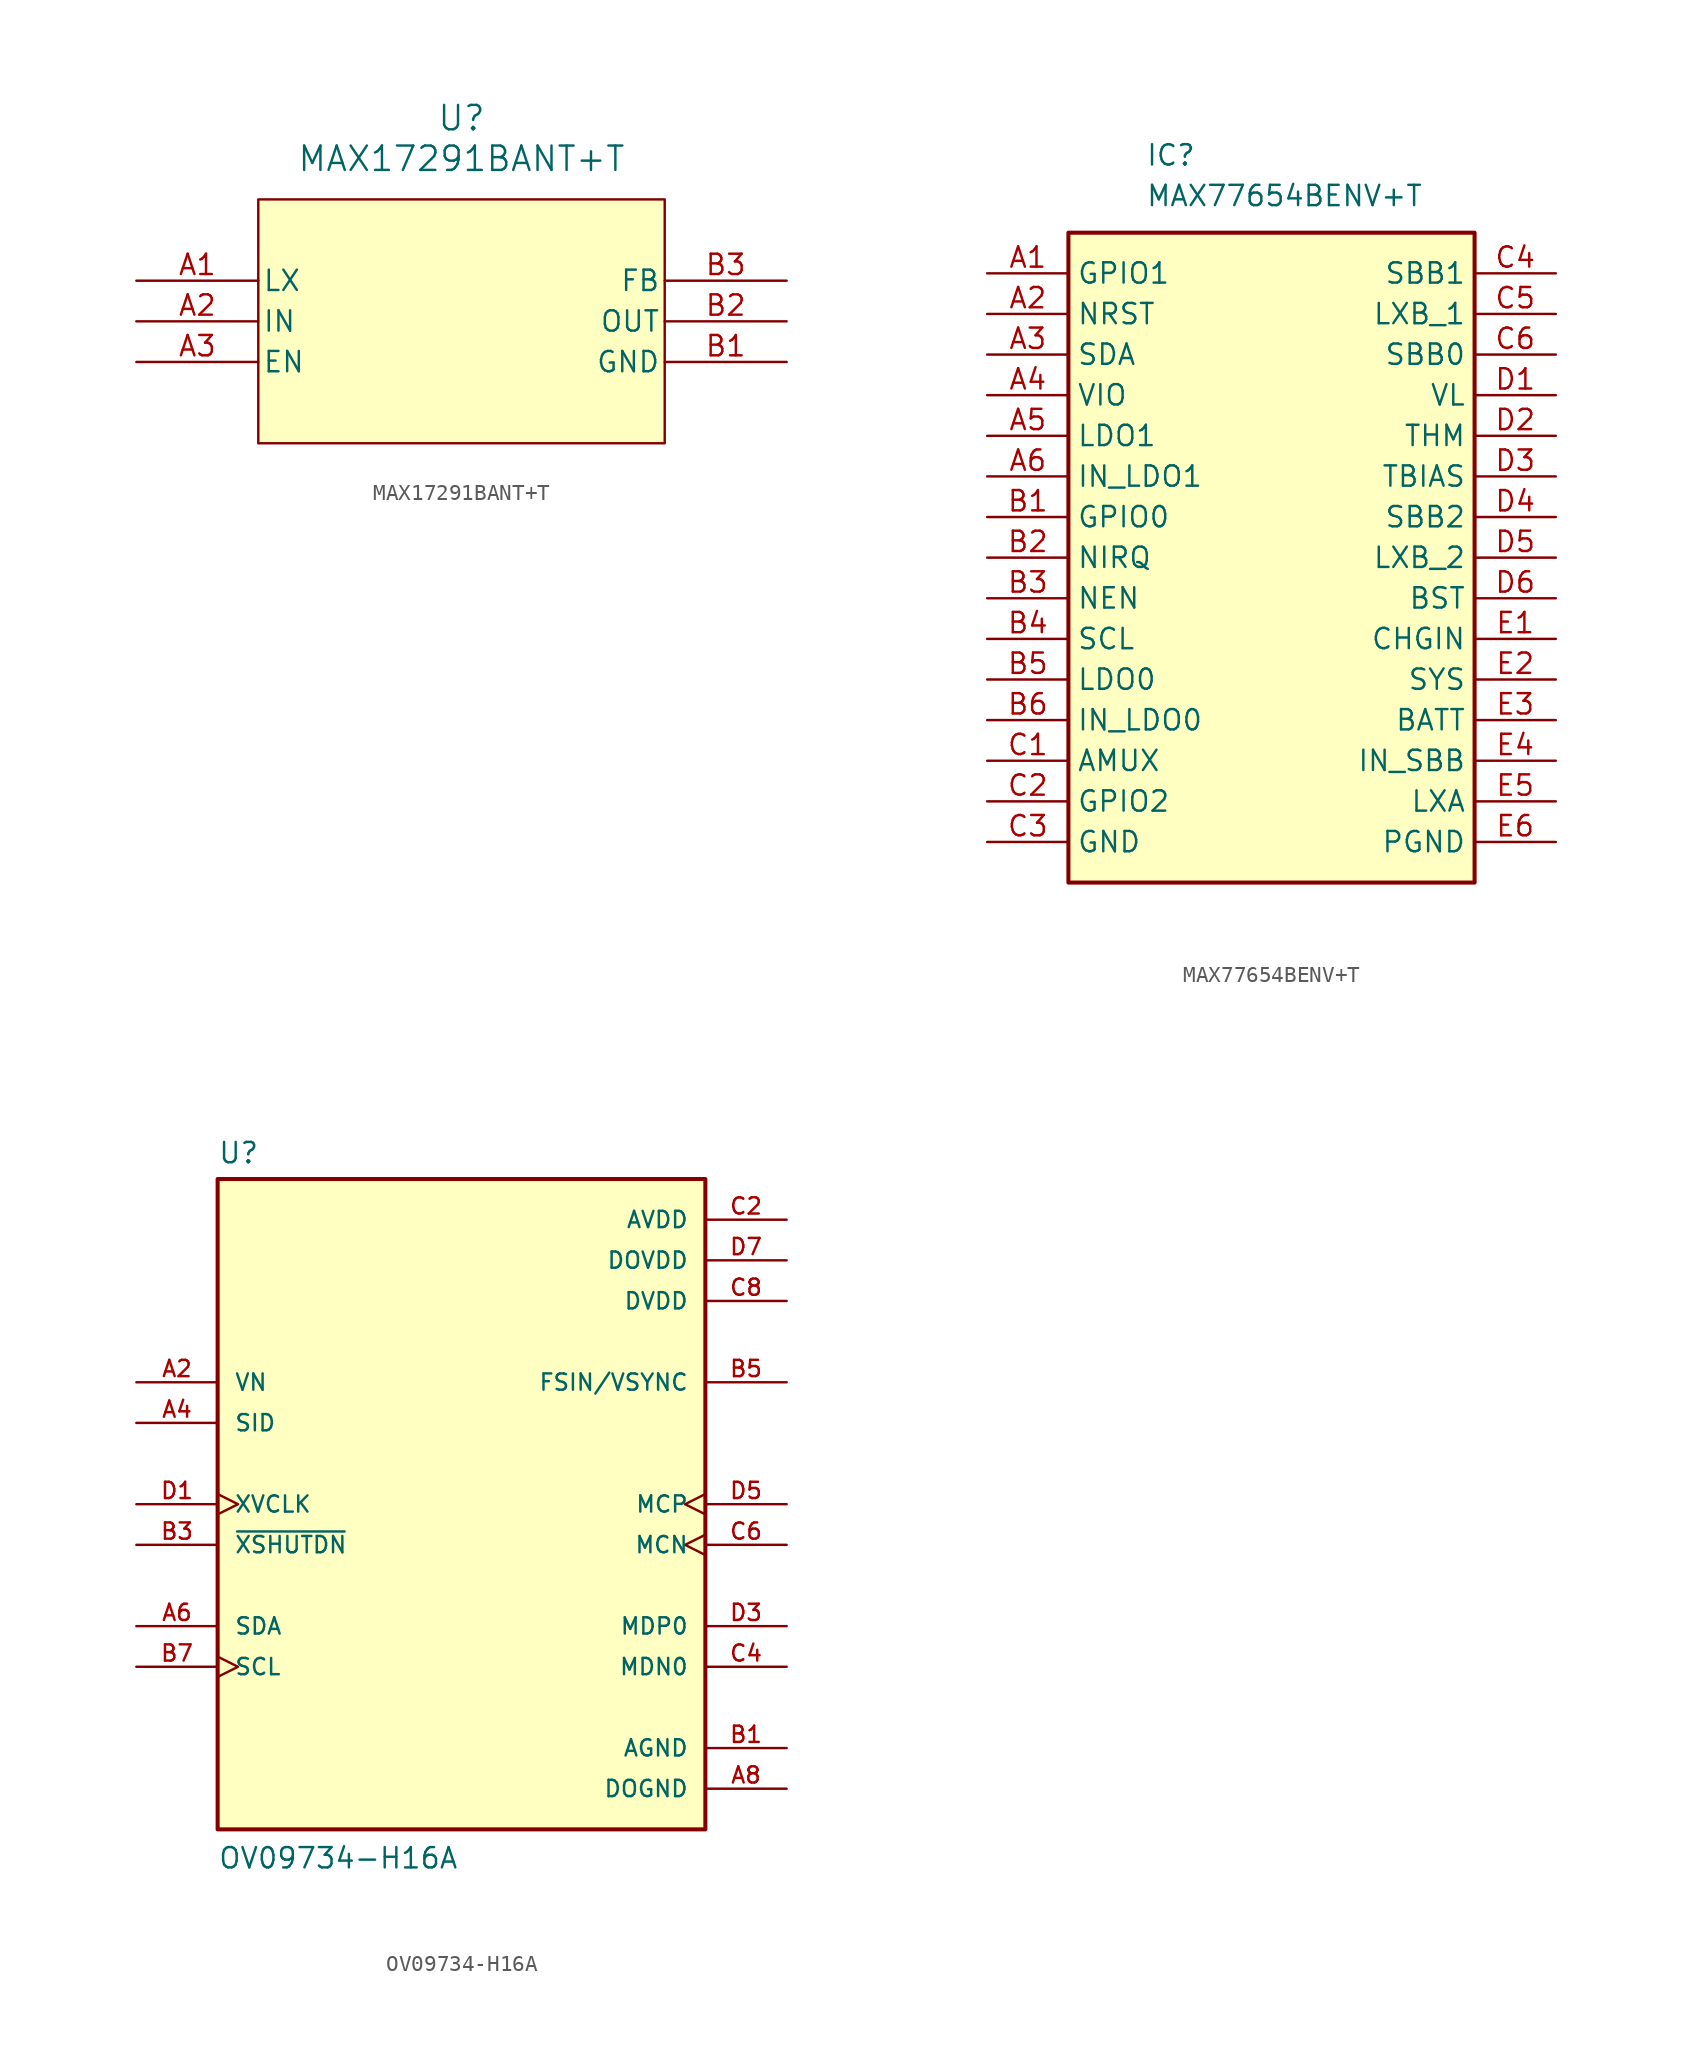
<source format=kicad_sym>
(kicad_symbol_lib
  (version 20231120)
  (generator "kicad_symbol_editor")
  (generator_version "8.0")
  (symbol "MAX17291BANT+T"
    (pin_names
      (offset 0.254))
    (property "Reference" "U"
      (at 20.32 10.16 0)
      (effects (font (size 1.524 1.524))))
    (property "Value" "MAX17291BANT+T"
      (at 20.32 7.62 0)
      (effects (font (size 1.524 1.524))))
    (symbol "MAX17291BANT+T_0_1"
      (pin unspecified line (at 0 0 0) (length 7.62) (name "LX" (effects (font (size 1.27 1.27)))) (number "A1" (effects (font (size 1.27 1.27)))))
      (pin input line (at 0 -2.54 0) (length 7.62) (name "IN" (effects (font (size 1.27 1.27)))) (number "A2" (effects (font (size 1.27 1.27)))))
      (pin input line (at 0 -5.08 0) (length 7.62) (name "EN" (effects (font (size 1.27 1.27)))) (number "A3" (effects (font (size 1.27 1.27)))))
      (pin power_in line (at 40.64 -5.08 180) (length 7.62) (name "GND" (effects (font (size 1.27 1.27)))) (number "B1" (effects (font (size 1.27 1.27)))))
      (pin output line (at 40.64 -2.54 180) (length 7.62) (name "OUT" (effects (font (size 1.27 1.27)))) (number "B2" (effects (font (size 1.27 1.27)))))
      (pin unspecified line (at 40.64 0 180) (length 7.62) (name "FB" (effects (font (size 1.27 1.27)))) (number "B3" (effects (font (size 1.27 1.27))))))
    (symbol "MAX17291BANT+T_1_1"
      (rectangle (start 7.62 5.08) (end 33.02 -10.16) (stroke (width 0) (type default)) (fill (type background)))))
  (symbol "MAX77654BENV+T"
    (property "Reference" "IC"
      (at 9.906 8.128 0)
      (effects (font (size 1.27 1.27)) (justify left top)))
    (property "Value" "MAX77654BENV+T"
      (at 9.906 5.588 0)
      (effects (font (size 1.27 1.27)) (justify left top)))
    (symbol "MAX77654BENV+T_1_1"
      (rectangle (start 5.08 2.54) (end 30.48 -38.1) (stroke (width 0.254) (type default)) (fill (type background)))
      (pin passive line (at 0 0 0) (length 5.08) (name "GPIO1" (effects (font (size 1.27 1.27)))) (number "A1" (effects (font (size 1.27 1.27)))))
      (pin passive line (at 0 -2.54 0) (length 5.08) (name "NRST" (effects (font (size 1.27 1.27)))) (number "A2" (effects (font (size 1.27 1.27)))))
      (pin passive line (at 0 -5.08 0) (length 5.08) (name "SDA" (effects (font (size 1.27 1.27)))) (number "A3" (effects (font (size 1.27 1.27)))))
      (pin passive line (at 0 -7.62 0) (length 5.08) (name "VIO" (effects (font (size 1.27 1.27)))) (number "A4" (effects (font (size 1.27 1.27)))))
      (pin passive line (at 0 -10.16 0) (length 5.08) (name "LDO1" (effects (font (size 1.27 1.27)))) (number "A5" (effects (font (size 1.27 1.27)))))
      (pin passive line (at 0 -12.7 0) (length 5.08) (name "IN_LDO1" (effects (font (size 1.27 1.27)))) (number "A6" (effects (font (size 1.27 1.27)))))
      (pin passive line (at 0 -15.24 0) (length 5.08) (name "GPIO0" (effects (font (size 1.27 1.27)))) (number "B1" (effects (font (size 1.27 1.27)))))
      (pin passive line (at 0 -17.78 0) (length 5.08) (name "NIRQ" (effects (font (size 1.27 1.27)))) (number "B2" (effects (font (size 1.27 1.27)))))
      (pin passive line (at 0 -20.32 0) (length 5.08) (name "NEN" (effects (font (size 1.27 1.27)))) (number "B3" (effects (font (size 1.27 1.27)))))
      (pin passive line (at 0 -22.86 0) (length 5.08) (name "SCL" (effects (font (size 1.27 1.27)))) (number "B4" (effects (font (size 1.27 1.27)))))
      (pin passive line (at 0 -25.4 0) (length 5.08) (name "LDO0" (effects (font (size 1.27 1.27)))) (number "B5" (effects (font (size 1.27 1.27)))))
      (pin passive line (at 0 -27.94 0) (length 5.08) (name "IN_LDO0" (effects (font (size 1.27 1.27)))) (number "B6" (effects (font (size 1.27 1.27)))))
      (pin passive line (at 0 -30.48 0) (length 5.08) (name "AMUX" (effects (font (size 1.27 1.27)))) (number "C1" (effects (font (size 1.27 1.27)))))
      (pin passive line (at 0 -33.02 0) (length 5.08) (name "GPIO2" (effects (font (size 1.27 1.27)))) (number "C2" (effects (font (size 1.27 1.27)))))
      (pin passive line (at 0 -35.56 0) (length 5.08) (name "GND" (effects (font (size 1.27 1.27)))) (number "C3" (effects (font (size 1.27 1.27)))))
      (pin passive line (at 35.56 0 180) (length 5.08) (name "SBB1" (effects (font (size 1.27 1.27)))) (number "C4" (effects (font (size 1.27 1.27)))))
      (pin passive line (at 35.56 -2.54 180) (length 5.08) (name "LXB_1" (effects (font (size 1.27 1.27)))) (number "C5" (effects (font (size 1.27 1.27)))))
      (pin passive line (at 35.56 -5.08 180) (length 5.08) (name "SBB0" (effects (font (size 1.27 1.27)))) (number "C6" (effects (font (size 1.27 1.27)))))
      (pin passive line (at 35.56 -7.62 180) (length 5.08) (name "VL" (effects (font (size 1.27 1.27)))) (number "D1" (effects (font (size 1.27 1.27)))))
      (pin passive line (at 35.56 -10.16 180) (length 5.08) (name "THM" (effects (font (size 1.27 1.27)))) (number "D2" (effects (font (size 1.27 1.27)))))
      (pin passive line (at 35.56 -12.7 180) (length 5.08) (name "TBIAS" (effects (font (size 1.27 1.27)))) (number "D3" (effects (font (size 1.27 1.27)))))
      (pin passive line (at 35.56 -15.24 180) (length 5.08) (name "SBB2" (effects (font (size 1.27 1.27)))) (number "D4" (effects (font (size 1.27 1.27)))))
      (pin passive line (at 35.56 -17.78 180) (length 5.08) (name "LXB_2" (effects (font (size 1.27 1.27)))) (number "D5" (effects (font (size 1.27 1.27)))))
      (pin passive line (at 35.56 -20.32 180) (length 5.08) (name "BST" (effects (font (size 1.27 1.27)))) (number "D6" (effects (font (size 1.27 1.27)))))
      (pin passive line (at 35.56 -22.86 180) (length 5.08) (name "CHGIN" (effects (font (size 1.27 1.27)))) (number "E1" (effects (font (size 1.27 1.27)))))
      (pin passive line (at 35.56 -25.4 180) (length 5.08) (name "SYS" (effects (font (size 1.27 1.27)))) (number "E2" (effects (font (size 1.27 1.27)))))
      (pin passive line (at 35.56 -27.94 180) (length 5.08) (name "BATT" (effects (font (size 1.27 1.27)))) (number "E3" (effects (font (size 1.27 1.27)))))
      (pin passive line (at 35.56 -30.48 180) (length 5.08) (name "IN_SBB" (effects (font (size 1.27 1.27)))) (number "E4" (effects (font (size 1.27 1.27)))))
      (pin passive line (at 35.56 -33.02 180) (length 5.08) (name "LXA" (effects (font (size 1.27 1.27)))) (number "E5" (effects (font (size 1.27 1.27)))))
      (pin passive line (at 35.56 -35.56 180) (length 5.08) (name "PGND" (effects (font (size 1.27 1.27)))) (number "E6" (effects (font (size 1.27 1.27)))))))
  (symbol "OV09734-H16A"
    (pin_names
      (offset 1.016))
    (property "Reference" "U"
      (at -15.24 21.209 0)
      (effects (font (size 1.27 1.27)) (justify left bottom)))
    (property "Value" "OV09734-H16A"
      (at -15.24 -22.86 0)
      (effects (font (size 1.27 1.27)) (justify left bottom)))
    (symbol "OV09734-H16A_0_0"
      (rectangle (start -15.24 20.32) (end 15.24 -20.32) (stroke (width 0.254) (type default)) (fill (type background)))
      (pin input line (at -20.32 7.62 0) (length 5.08) (name "VN" (effects (font (size 1.016 1.016)))) (number "A2" (effects (font (size 1.016 1.016)))))
      (pin input line (at -20.32 5.08 0) (length 5.08) (name "SID" (effects (font (size 1.016 1.016)))) (number "A4" (effects (font (size 1.016 1.016)))))
      (pin bidirectional line (at -20.32 -7.62 0) (length 5.08) (name "SDA" (effects (font (size 1.016 1.016)))) (number "A6" (effects (font (size 1.016 1.016)))))
      (pin power_in line (at 20.32 -17.78 180) (length 5.08) (name "DOGND" (effects (font (size 1.016 1.016)))) (number "A8" (effects (font (size 1.016 1.016)))))
      (pin power_in line (at 20.32 -15.24 180) (length 5.08) (name "AGND" (effects (font (size 1.016 1.016)))) (number "B1" (effects (font (size 1.016 1.016)))))
      (pin input line (at -20.32 -2.54 0) (length 5.08) (name "~{XSHUTDN}" (effects (font (size 1.016 1.016)))) (number "B3" (effects (font (size 1.016 1.016)))))
      (pin bidirectional line (at 20.32 7.62 180) (length 5.08) (name "FSIN/VSYNC" (effects (font (size 1.016 1.016)))) (number "B5" (effects (font (size 1.016 1.016)))))
      (pin input clock (at -20.32 -10.16 0) (length 5.08) (name "SCL" (effects (font (size 1.016 1.016)))) (number "B7" (effects (font (size 1.016 1.016)))))
      (pin power_in line (at 20.32 17.78 180) (length 5.08) (name "AVDD" (effects (font (size 1.016 1.016)))) (number "C2" (effects (font (size 1.016 1.016)))))
      (pin bidirectional line (at 20.32 -10.16 180) (length 5.08) (name "MDN0" (effects (font (size 1.016 1.016)))) (number "C4" (effects (font (size 1.016 1.016)))))
      (pin bidirectional clock (at 20.32 -2.54 180) (length 5.08) (name "MCN" (effects (font (size 1.016 1.016)))) (number "C6" (effects (font (size 1.016 1.016)))))
      (pin power_in line (at 20.32 12.7 180) (length 5.08) (name "DVDD" (effects (font (size 1.016 1.016)))) (number "C8" (effects (font (size 1.016 1.016)))))
      (pin input clock (at -20.32 0 0) (length 5.08) (name "XVCLK" (effects (font (size 1.016 1.016)))) (number "D1" (effects (font (size 1.016 1.016)))))
      (pin bidirectional line (at 20.32 -7.62 180) (length 5.08) (name "MDP0" (effects (font (size 1.016 1.016)))) (number "D3" (effects (font (size 1.016 1.016)))))
      (pin bidirectional clock (at 20.32 0 180) (length 5.08) (name "MCP" (effects (font (size 1.016 1.016)))) (number "D5" (effects (font (size 1.016 1.016)))))
      (pin power_in line (at 20.32 15.24 180) (length 5.08) (name "DOVDD" (effects (font (size 1.016 1.016)))) (number "D7" (effects (font (size 1.016 1.016))))))))
</source>
